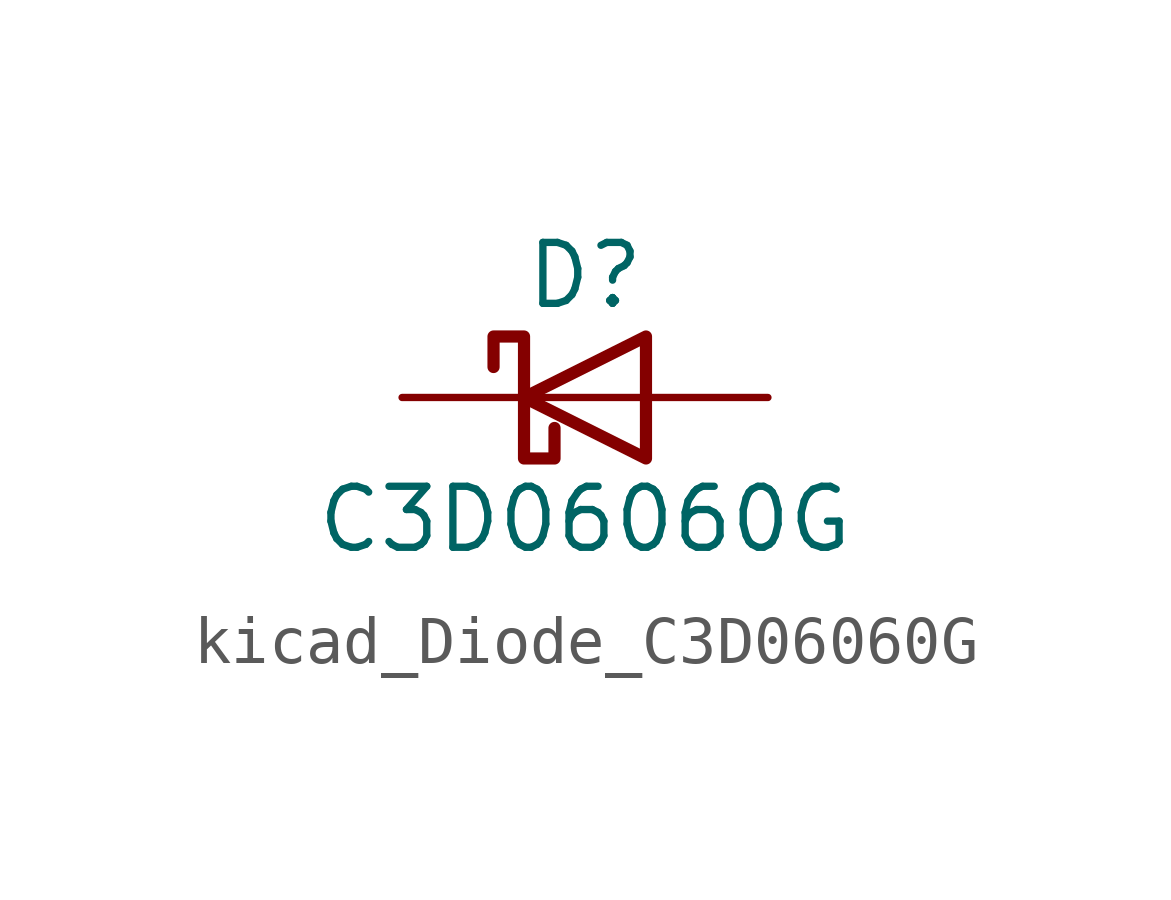
<source format=kicad_sym>
(kicad_symbol_lib
  (version 20220914)
  (generator kicad_symbol_editor)
  (symbol "kicad_Diode_C3D06060G"
    (pin_numbers hide)
    (pin_names
      (offset 1.016) hide)
    (property "Reference" "D"
      (at 0 2.54 0)
      (effects (font (size 1.27 1.27))))
    (property "Value" "C3D06060G"
      (at 0 -2.54 0)
      (effects (font (size 1.27 1.27))))
    (symbol "kicad_Diode_C3D06060G_0_1"
      (polyline (pts (xy 1.27 0) (xy -1.27 0)) (stroke (width 0) (type default)) (fill (type none)))
      (polyline (pts (xy 1.27 1.27) (xy 1.27 -1.27) (xy -1.27 0) (xy 1.27 1.27)) (stroke (width 0.254) (type default)) (fill (type none)))
      (polyline (pts (xy -1.905 0.635) (xy -1.905 1.27) (xy -1.27 1.27) (xy -1.27 -1.27) (xy -0.635 -1.27) (xy -0.635 -0.635)) (stroke (width 0.254) (type default)) (fill (type none))))
    (symbol "kicad_Diode_C3D06060G_1_1"
      (pin passive line (at -3.81 0 0) (length 2.54) (name "K" (effects (font (size 1.27 1.27)))) (number "1" (effects (font (size 1.27 1.27)))))
      (pin passive line (at 3.81 0 180) (length 2.54) (name "A" (effects (font (size 1.27 1.27)))) (number "2" (effects (font (size 1.27 1.27))))))))
</source>
